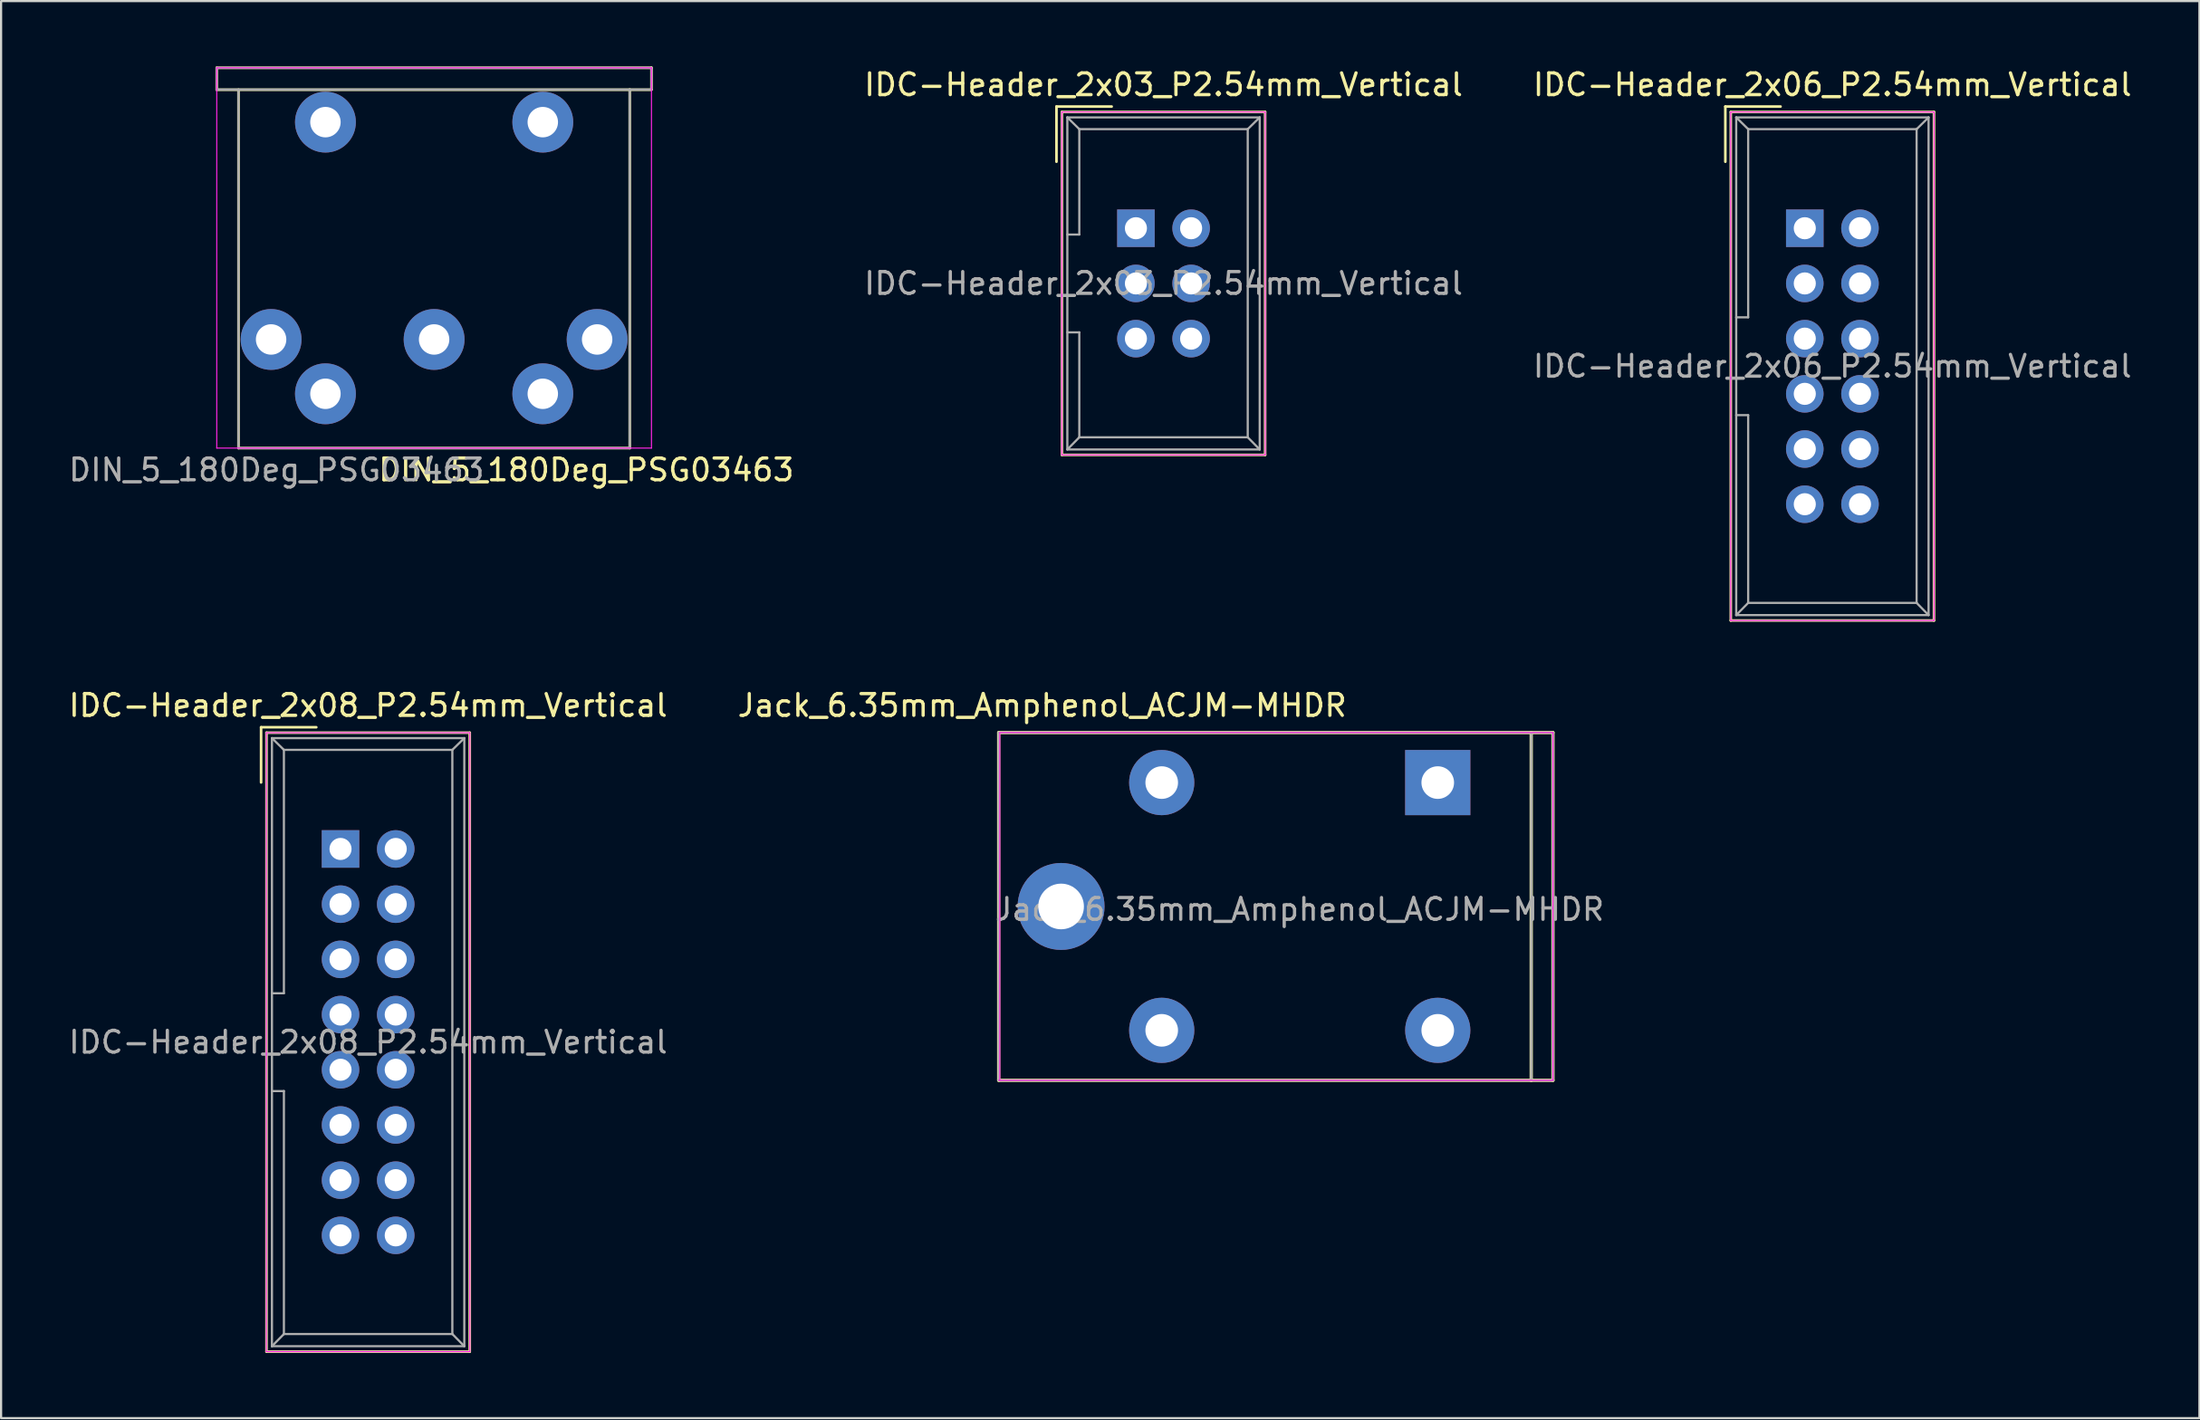
<source format=kicad_pcb>
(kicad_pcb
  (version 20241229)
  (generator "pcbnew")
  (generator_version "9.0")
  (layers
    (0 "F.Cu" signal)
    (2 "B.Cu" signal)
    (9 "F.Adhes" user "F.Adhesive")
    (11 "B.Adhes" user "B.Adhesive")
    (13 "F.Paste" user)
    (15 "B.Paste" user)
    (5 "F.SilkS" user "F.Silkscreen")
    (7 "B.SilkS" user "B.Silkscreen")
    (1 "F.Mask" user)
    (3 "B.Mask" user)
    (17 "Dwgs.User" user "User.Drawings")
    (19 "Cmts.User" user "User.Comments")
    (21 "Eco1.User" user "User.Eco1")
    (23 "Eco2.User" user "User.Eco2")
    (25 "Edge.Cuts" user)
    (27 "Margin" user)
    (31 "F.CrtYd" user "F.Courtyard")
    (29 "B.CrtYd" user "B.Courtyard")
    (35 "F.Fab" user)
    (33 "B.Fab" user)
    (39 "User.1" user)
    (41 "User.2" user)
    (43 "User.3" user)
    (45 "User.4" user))
  (footprint "IDC-Header_2x06_P2.54mm_Vertical"
    (layer "F.Cu")
    (at 79.986 7.452)
    (property "Reference" "IDC-Header_2x06_P2.54mm_Vertical" (at 1.27 -6.604 0) (layer "F.SilkS") (effects (font (size 1 1) (thickness 0.15))))
    (attr through_hole)
    (fp_line (start -3.655 -5.6) (end -3.655 -3.06) (stroke (width 0.12) (type solid)) (layer "F.SilkS"))
    (fp_line (start -3.655 -5.6) (end -1.115 -5.6) (stroke (width 0.12) (type solid)) (layer "F.SilkS"))
    (fp_line (start -3.405 -5.35) (end 5.945 -5.35) (stroke (width 0.12) (type solid)) (layer "F.SilkS"))
    (fp_line (start -3.405 18.05) (end -3.405 -5.35) (stroke (width 0.12) (type solid)) (layer "F.SilkS"))
    (fp_line (start 5.945 -5.35) (end 5.945 18.05) (stroke (width 0.12) (type solid)) (layer "F.SilkS"))
    (fp_line (start 5.945 18.05) (end -3.405 18.05) (stroke (width 0.12) (type solid)) (layer "F.SilkS"))
    (fp_line (start -3.41 -5.35) (end 5.95 -5.35) (stroke (width 0.05) (type solid)) (layer "F.CrtYd"))
    (fp_line (start -3.41 18.05) (end -3.41 -5.35) (stroke (width 0.05) (type solid)) (layer "F.CrtYd"))
    (fp_line (start 5.95 -5.35) (end 5.95 18.05) (stroke (width 0.05) (type solid)) (layer "F.CrtYd"))
    (fp_line (start 5.95 18.05) (end -3.41 18.05) (stroke (width 0.05) (type solid)) (layer "F.CrtYd"))
    (fp_line (start -3.155 -5.1) (end -3.155 17.8) (stroke (width 0.1) (type solid)) (layer "F.Fab"))
    (fp_line (start -3.155 -5.1) (end -2.605 -4.56) (stroke (width 0.1) (type solid)) (layer "F.Fab"))
    (fp_line (start -3.155 17.8) (end -2.605 17.24) (stroke (width 0.1) (type solid)) (layer "F.Fab"))
    (fp_line (start -2.605 -4.56) (end -2.605 4.1) (stroke (width 0.1) (type solid)) (layer "F.Fab"))
    (fp_line (start -2.605 4.1) (end -3.155 4.1) (stroke (width 0.1) (type solid)) (layer "F.Fab"))
    (fp_line (start -2.605 8.6) (end -3.155 8.6) (stroke (width 0.1) (type solid)) (layer "F.Fab"))
    (fp_line (start -2.605 8.6) (end -2.605 17.24) (stroke (width 0.1) (type solid)) (layer "F.Fab"))
    (fp_line (start 5.145 -4.56) (end -2.605 -4.56) (stroke (width 0.1) (type solid)) (layer "F.Fab"))
    (fp_line (start 5.145 -4.56) (end 5.145 17.24) (stroke (width 0.1) (type solid)) (layer "F.Fab"))
    (fp_line (start 5.145 17.24) (end -2.605 17.24) (stroke (width 0.1) (type solid)) (layer "F.Fab"))
    (fp_line (start 5.695 -5.1) (end -3.155 -5.1) (stroke (width 0.1) (type solid)) (layer "F.Fab"))
    (fp_line (start 5.695 -5.1) (end 5.145 -4.56) (stroke (width 0.1) (type solid)) (layer "F.Fab"))
    (fp_line (start 5.695 -5.1) (end 5.695 17.8) (stroke (width 0.1) (type solid)) (layer "F.Fab"))
    (fp_line (start 5.695 17.8) (end -3.155 17.8) (stroke (width 0.1) (type solid)) (layer "F.Fab"))
    (fp_line (start 5.695 17.8) (end 5.145 17.24) (stroke (width 0.1) (type solid)) (layer "F.Fab"))
    (fp_text user "${REFERENCE}" (at 1.27 6.35 0) (layer "F.Fab") (effects (font (size 1 1) (thickness 0.15))))
    (pad "1" thru_hole rect (at 0 0) (size 1.727 1.727) (drill 1.016) (layers "*.Cu" "*.Mask"))
    (pad "2" thru_hole oval (at 2.54 0) (size 1.727 1.727) (drill 1.016) (layers "*.Cu" "*.Mask"))
    (pad "3" thru_hole oval (at 0 2.54) (size 1.727 1.727) (drill 1.016) (layers "*.Cu" "*.Mask"))
    (pad "4" thru_hole oval (at 2.54 2.54) (size 1.727 1.727) (drill 1.016) (layers "*.Cu" "*.Mask"))
    (pad "5" thru_hole oval (at 0 5.08) (size 1.727 1.727) (drill 1.016) (layers "*.Cu" "*.Mask"))
    (pad "6" thru_hole oval (at 2.54 5.08) (size 1.727 1.727) (drill 1.016) (layers "*.Cu" "*.Mask"))
    (pad "7" thru_hole oval (at 0 7.62) (size 1.727 1.727) (drill 1.016) (layers "*.Cu" "*.Mask"))
    (pad "8" thru_hole oval (at 2.54 7.62) (size 1.727 1.727) (drill 1.016) (layers "*.Cu" "*.Mask"))
    (pad "9" thru_hole oval (at 0 10.16) (size 1.727 1.727) (drill 1.016) (layers "*.Cu" "*.Mask"))
    (pad "10" thru_hole oval (at 2.54 10.16) (size 1.727 1.727) (drill 1.016) (layers "*.Cu" "*.Mask"))
    (pad "11" thru_hole oval (at 0 12.7) (size 1.727 1.727) (drill 1.016) (layers "*.Cu" "*.Mask"))
    (pad "12" thru_hole oval (at 2.54 12.7) (size 1.727 1.727) (drill 1.016) (layers "*.Cu" "*.Mask")))
  (footprint "IDC-Header_2x08_P2.54mm_Vertical"
    (layer "F.Cu")
    (at 12.617 36.014)
    (property "Reference" "IDC-Header_2x08_P2.54mm_Vertical" (at 1.27 -6.604 0) (layer "F.SilkS") (effects (font (size 1 1) (thickness 0.15))))
    (attr through_hole)
    (fp_line (start -3.655 -5.6) (end -3.655 -3.06) (stroke (width 0.12) (type solid)) (layer "F.SilkS"))
    (fp_line (start -3.655 -5.6) (end -1.115 -5.6) (stroke (width 0.12) (type solid)) (layer "F.SilkS"))
    (fp_line (start -3.405 -5.35) (end 5.945 -5.35) (stroke (width 0.12) (type solid)) (layer "F.SilkS"))
    (fp_line (start -3.405 23.13) (end -3.405 -5.35) (stroke (width 0.12) (type solid)) (layer "F.SilkS"))
    (fp_line (start 5.945 -5.35) (end 5.945 23.13) (stroke (width 0.12) (type solid)) (layer "F.SilkS"))
    (fp_line (start 5.945 23.13) (end -3.405 23.13) (stroke (width 0.12) (type solid)) (layer "F.SilkS"))
    (fp_line (start -3.41 -5.35) (end 5.95 -5.35) (stroke (width 0.05) (type solid)) (layer "F.CrtYd"))
    (fp_line (start -3.41 23.13) (end -3.41 -5.35) (stroke (width 0.05) (type solid)) (layer "F.CrtYd"))
    (fp_line (start 5.95 -5.35) (end 5.95 23.13) (stroke (width 0.05) (type solid)) (layer "F.CrtYd"))
    (fp_line (start 5.95 23.13) (end -3.41 23.13) (stroke (width 0.05) (type solid)) (layer "F.CrtYd"))
    (fp_line (start -3.155 -5.1) (end -3.155 22.88) (stroke (width 0.1) (type solid)) (layer "F.Fab"))
    (fp_line (start -3.155 -5.1) (end -2.605 -4.56) (stroke (width 0.1) (type solid)) (layer "F.Fab"))
    (fp_line (start -3.155 22.88) (end -2.605 22.32) (stroke (width 0.1) (type solid)) (layer "F.Fab"))
    (fp_line (start -2.605 -4.56) (end -2.605 6.64) (stroke (width 0.1) (type solid)) (layer "F.Fab"))
    (fp_line (start -2.605 6.64) (end -3.155 6.64) (stroke (width 0.1) (type solid)) (layer "F.Fab"))
    (fp_line (start -2.605 11.14) (end -3.155 11.14) (stroke (width 0.1) (type solid)) (layer "F.Fab"))
    (fp_line (start -2.605 11.14) (end -2.605 22.32) (stroke (width 0.1) (type solid)) (layer "F.Fab"))
    (fp_line (start 5.145 -4.56) (end -2.605 -4.56) (stroke (width 0.1) (type solid)) (layer "F.Fab"))
    (fp_line (start 5.145 -4.56) (end 5.145 22.32) (stroke (width 0.1) (type solid)) (layer "F.Fab"))
    (fp_line (start 5.145 22.32) (end -2.605 22.32) (stroke (width 0.1) (type solid)) (layer "F.Fab"))
    (fp_line (start 5.695 -5.1) (end -3.155 -5.1) (stroke (width 0.1) (type solid)) (layer "F.Fab"))
    (fp_line (start 5.695 -5.1) (end 5.145 -4.56) (stroke (width 0.1) (type solid)) (layer "F.Fab"))
    (fp_line (start 5.695 -5.1) (end 5.695 22.88) (stroke (width 0.1) (type solid)) (layer "F.Fab"))
    (fp_line (start 5.695 22.88) (end -3.155 22.88) (stroke (width 0.1) (type solid)) (layer "F.Fab"))
    (fp_line (start 5.695 22.88) (end 5.145 22.32) (stroke (width 0.1) (type solid)) (layer "F.Fab"))
    (fp_text user "${REFERENCE}" (at 1.27 8.89 0) (layer "F.Fab") (effects (font (size 1 1) (thickness 0.15))))
    (pad "1" thru_hole rect (at 0 0) (size 1.727 1.727) (drill 1.016) (layers "*.Cu" "*.Mask"))
    (pad "2" thru_hole oval (at 2.54 0) (size 1.727 1.727) (drill 1.016) (layers "*.Cu" "*.Mask"))
    (pad "3" thru_hole oval (at 0 2.54) (size 1.727 1.727) (drill 1.016) (layers "*.Cu" "*.Mask"))
    (pad "4" thru_hole oval (at 2.54 2.54) (size 1.727 1.727) (drill 1.016) (layers "*.Cu" "*.Mask"))
    (pad "5" thru_hole oval (at 0 5.08) (size 1.727 1.727) (drill 1.016) (layers "*.Cu" "*.Mask"))
    (pad "6" thru_hole oval (at 2.54 5.08) (size 1.727 1.727) (drill 1.016) (layers "*.Cu" "*.Mask"))
    (pad "7" thru_hole oval (at 0 7.62) (size 1.727 1.727) (drill 1.016) (layers "*.Cu" "*.Mask"))
    (pad "8" thru_hole oval (at 2.54 7.62) (size 1.727 1.727) (drill 1.016) (layers "*.Cu" "*.Mask"))
    (pad "9" thru_hole oval (at 0 10.16) (size 1.727 1.727) (drill 1.016) (layers "*.Cu" "*.Mask"))
    (pad "10" thru_hole oval (at 2.54 10.16) (size 1.727 1.727) (drill 1.016) (layers "*.Cu" "*.Mask"))
    (pad "11" thru_hole oval (at 0 12.7) (size 1.727 1.727) (drill 1.016) (layers "*.Cu" "*.Mask"))
    (pad "12" thru_hole oval (at 2.54 12.7) (size 1.727 1.727) (drill 1.016) (layers "*.Cu" "*.Mask"))
    (pad "13" thru_hole oval (at 0 15.24) (size 1.727 1.727) (drill 1.016) (layers "*.Cu" "*.Mask"))
    (pad "14" thru_hole oval (at 2.54 15.24) (size 1.727 1.727) (drill 1.016) (layers "*.Cu" "*.Mask"))
    (pad "15" thru_hole oval (at 0 17.78) (size 1.727 1.727) (drill 1.016) (layers "*.Cu" "*.Mask"))
    (pad "16" thru_hole oval (at 2.54 17.78) (size 1.727 1.727) (drill 1.016) (layers "*.Cu" "*.Mask")))
  (footprint "IDC-Header_2x03_P2.54mm_Vertical"
    (layer "F.Cu")
    (at 49.212 7.452)
    (property "Reference" "IDC-Header_2x03_P2.54mm_Vertical" (at 1.27 -6.604 0) (layer "F.SilkS") (effects (font (size 1 1) (thickness 0.15))))
    (attr through_hole)
    (fp_line (start -3.655 -5.6) (end -3.655 -3.06) (stroke (width 0.12) (type solid)) (layer "F.SilkS"))
    (fp_line (start -3.655 -5.6) (end -1.115 -5.6) (stroke (width 0.12) (type solid)) (layer "F.SilkS"))
    (fp_line (start -3.405 -5.35) (end 5.945 -5.35) (stroke (width 0.12) (type solid)) (layer "F.SilkS"))
    (fp_line (start -3.405 10.43) (end -3.405 -5.35) (stroke (width 0.12) (type solid)) (layer "F.SilkS"))
    (fp_line (start 5.945 -5.35) (end 5.945 10.43) (stroke (width 0.12) (type solid)) (layer "F.SilkS"))
    (fp_line (start 5.945 10.43) (end -3.405 10.43) (stroke (width 0.12) (type solid)) (layer "F.SilkS"))
    (fp_line (start -3.41 -5.35) (end 5.95 -5.35) (stroke (width 0.05) (type solid)) (layer "F.CrtYd"))
    (fp_line (start -3.41 10.43) (end -3.41 -5.35) (stroke (width 0.05) (type solid)) (layer "F.CrtYd"))
    (fp_line (start 5.95 -5.35) (end 5.95 10.43) (stroke (width 0.05) (type solid)) (layer "F.CrtYd"))
    (fp_line (start 5.95 10.43) (end -3.41 10.43) (stroke (width 0.05) (type solid)) (layer "F.CrtYd"))
    (fp_line (start -3.155 -5.1) (end -3.155 10.18) (stroke (width 0.1) (type solid)) (layer "F.Fab"))
    (fp_line (start -3.155 -5.1) (end -2.605 -4.56) (stroke (width 0.1) (type solid)) (layer "F.Fab"))
    (fp_line (start -3.155 10.18) (end -2.605 9.62) (stroke (width 0.1) (type solid)) (layer "F.Fab"))
    (fp_line (start -2.605 -4.56) (end -2.605 0.29) (stroke (width 0.1) (type solid)) (layer "F.Fab"))
    (fp_line (start -2.605 0.29) (end -3.155 0.29) (stroke (width 0.1) (type solid)) (layer "F.Fab"))
    (fp_line (start -2.605 4.79) (end -3.155 4.79) (stroke (width 0.1) (type solid)) (layer "F.Fab"))
    (fp_line (start -2.605 4.79) (end -2.605 9.62) (stroke (width 0.1) (type solid)) (layer "F.Fab"))
    (fp_line (start 5.145 -4.56) (end -2.605 -4.56) (stroke (width 0.1) (type solid)) (layer "F.Fab"))
    (fp_line (start 5.145 -4.56) (end 5.145 9.62) (stroke (width 0.1) (type solid)) (layer "F.Fab"))
    (fp_line (start 5.145 9.62) (end -2.605 9.62) (stroke (width 0.1) (type solid)) (layer "F.Fab"))
    (fp_line (start 5.695 -5.1) (end -3.155 -5.1) (stroke (width 0.1) (type solid)) (layer "F.Fab"))
    (fp_line (start 5.695 -5.1) (end 5.145 -4.56) (stroke (width 0.1) (type solid)) (layer "F.Fab"))
    (fp_line (start 5.695 -5.1) (end 5.695 10.18) (stroke (width 0.1) (type solid)) (layer "F.Fab"))
    (fp_line (start 5.695 10.18) (end -3.155 10.18) (stroke (width 0.1) (type solid)) (layer "F.Fab"))
    (fp_line (start 5.695 10.18) (end 5.145 9.62) (stroke (width 0.1) (type solid)) (layer "F.Fab"))
    (fp_text user "${REFERENCE}" (at 1.27 2.54 0) (layer "F.Fab") (effects (font (size 1 1) (thickness 0.15))))
    (pad "1" thru_hole rect (at 0 0) (size 1.727 1.727) (drill 1.016) (layers "*.Cu" "*.Mask"))
    (pad "2" thru_hole oval (at 2.54 0) (size 1.727 1.727) (drill 1.016) (layers "*.Cu" "*.Mask"))
    (pad "3" thru_hole oval (at 0 2.54) (size 1.727 1.727) (drill 1.016) (layers "*.Cu" "*.Mask"))
    (pad "4" thru_hole oval (at 2.54 2.54) (size 1.727 1.727) (drill 1.016) (layers "*.Cu" "*.Mask"))
    (pad "5" thru_hole oval (at 0 5.08) (size 1.727 1.727) (drill 1.016) (layers "*.Cu" "*.Mask"))
    (pad "6" thru_hole oval (at 2.54 5.08) (size 1.727 1.727) (drill 1.016) (layers "*.Cu" "*.Mask")))
  (footprint "DIN_5_180Deg_PSG03463"
    (layer "F.Cu")
    (at 16.923 12.57)
    (property "Reference" "DIN_5_180Deg_PSG03463" (at 7 6 0) (layer "F.SilkS") (effects (font (size 1 1) (thickness 0.15))))
    (attr through_hole)
    (fp_line (start -10 -12.5) (end 10 -12.5) (stroke (width 0.12) (type solid)) (layer "F.SilkS"))
    (fp_line (start -10 -11.49) (end -10 -12.5) (stroke (width 0.12) (type solid)) (layer "F.SilkS"))
    (fp_line (start -10 -11.49) (end 10 -11.49) (stroke (width 0.12) (type solid)) (layer "F.SilkS"))
    (fp_line (start -9 5) (end -9 -11.49) (stroke (width 0.12) (type solid)) (layer "F.SilkS"))
    (fp_line (start 9 -11.5) (end 9 5) (stroke (width 0.12) (type solid)) (layer "F.SilkS"))
    (fp_line (start 9 5) (end -9 5) (stroke (width 0.12) (type solid)) (layer "F.SilkS"))
    (fp_line (start 10 -12.51) (end 10 -11.5) (stroke (width 0.12) (type solid)) (layer "F.SilkS"))
    (fp_line (start -10 5) (end -10 -12.5) (stroke (width 0.05) (type solid)) (layer "F.CrtYd"))
    (fp_line (start -10 5) (end 10 5) (stroke (width 0.05) (type solid)) (layer "F.CrtYd"))
    (fp_line (start 10 -12.5) (end -10 -12.5) (stroke (width 0.05) (type solid)) (layer "F.CrtYd"))
    (fp_line (start 10 -12.5) (end 10 5) (stroke (width 0.05) (type solid)) (layer "F.CrtYd"))
    (fp_line (start -10 -12.5) (end -10 -11.5) (stroke (width 0.1) (type solid)) (layer "F.Fab"))
    (fp_line (start -10 -12.5) (end 10 -12.5) (stroke (width 0.1) (type solid)) (layer "F.Fab"))
    (fp_line (start -9 5) (end -9 -11.5) (stroke (width 0.1) (type solid)) (layer "F.Fab"))
    (fp_line (start 9 -11.5) (end 9 5) (stroke (width 0.1) (type solid)) (layer "F.Fab"))
    (fp_line (start 9 5) (end -9 5) (stroke (width 0.1) (type solid)) (layer "F.Fab"))
    (fp_line (start 10 -11.5) (end -10 -11.5) (stroke (width 0.1) (type solid)) (layer "F.Fab"))
    (fp_line (start 10 -11.5) (end 10 -12.5) (stroke (width 0.1) (type solid)) (layer "F.Fab"))
    (fp_text user "${REFERENCE}" (at -7.25 6 0) (layer "F.Fab") (effects (font (size 1 1) (thickness 0.15))))
    (pad "1" thru_hole circle (at 7.5 0 90) (size 2.8 2.8) (drill 1.4) (layers "*.Cu" "*.Mask"))
    (pad "2" thru_hole circle (at 0 0 90) (size 2.8 2.8) (drill 1.4) (layers "*.Cu" "*.Mask"))
    (pad "3" thru_hole circle (at -7.5 0 90) (size 2.8 2.8) (drill 1.4) (layers "*.Cu" "*.Mask"))
    (pad "4" thru_hole circle (at 5 2.5 90) (size 2.8 2.8) (drill 1.4) (layers "*.Cu" "*.Mask"))
    (pad "5" thru_hole circle (at -5 2.5 90) (size 2.8 2.8) (drill 1.4) (layers "*.Cu" "*.Mask"))
    (pad "S" thru_hole circle (at -5 -10 90) (size 2.8 2.8) (drill 1.4) (layers "*.Cu" "*.Mask"))
    (pad "S" thru_hole circle (at 5 -10 90) (size 2.8 2.8) (drill 1.4) (layers "*.Cu" "*.Mask")))
  (footprint "Jack_6.35mm_Amphenol_ACJM-MHDR"
    (layer "F.Cu")
    (at 50.399 38.66)
    (property "Reference" "Jack_6.35mm_Amphenol_ACJM-MHDR" (at -5.5 -9.25 0) (layer "F.SilkS") (effects (font (size 1 1) (thickness 0.15))))
    (attr through_hole)
    (fp_line (start -7.5 -8) (end -7.5 8) (stroke (width 0.15) (type solid)) (layer "F.SilkS"))
    (fp_line (start -7.5 8) (end 17 8) (stroke (width 0.15) (type solid)) (layer "F.SilkS"))
    (fp_line (start 17 -8) (end -7.5 -8) (stroke (width 0.15) (type solid)) (layer "F.SilkS"))
    (fp_line (start 17 -8) (end 18 -8) (stroke (width 0.15) (type solid)) (layer "F.SilkS"))
    (fp_line (start 17 8) (end 17 -8) (stroke (width 0.15) (type solid)) (layer "F.SilkS"))
    (fp_line (start 18 -8) (end 18 8) (stroke (width 0.15) (type solid)) (layer "F.SilkS"))
    (fp_line (start 18 8) (end 17 8) (stroke (width 0.15) (type solid)) (layer "F.SilkS"))
    (fp_line (start -7.5 8) (end 18 8) (stroke (width 0.05) (type solid)) (layer "F.CrtYd"))
    (fp_line (start -7.45 -8) (end -7.45 8) (stroke (width 0.05) (type solid)) (layer "F.CrtYd"))
    (fp_line (start 18 -8) (end -7.45 -8) (stroke (width 0.05) (type solid)) (layer "F.CrtYd"))
    (fp_line (start 18 -8) (end 18 8) (stroke (width 0.05) (type solid)) (layer "F.CrtYd"))
    (fp_line (start -7.5 -8) (end 18 -8) (stroke (width 0.1) (type solid)) (layer "F.Fab"))
    (fp_line (start -7.5 8) (end -7.5 -8) (stroke (width 0.1) (type solid)) (layer "F.Fab"))
    (fp_line (start 17 -8) (end 17 8) (stroke (width 0.1) (type solid)) (layer "F.Fab"))
    (fp_line (start 18 -8) (end 18 8) (stroke (width 0.1) (type solid)) (layer "F.Fab"))
    (fp_line (start 18 8) (end -7.5 8) (stroke (width 0.1) (type solid)) (layer "F.Fab"))
    (fp_text user "${REFERENCE}" (at 6.35 0.135 0) (layer "F.Fab") (effects (font (size 1 1) (thickness 0.15))))
    (pad "" thru_hole circle (at -4.63 0) (size 4 4) (drill 2.1) (layers "*.Cu" "*.Mask"))
    (pad "S" thru_hole rect (at 12.7 -5.7) (size 3 3) (drill 1.5) (layers "*.Cu" "*.Mask"))
    (pad "SN" thru_hole circle (at 12.7 5.7) (size 3 3) (drill 1.5) (layers "*.Cu" "*.Mask"))
    (pad "T" thru_hole circle (at 0 -5.7) (size 3 3) (drill 1.5) (layers "*.Cu" "*.Mask"))
    (pad "TN" thru_hole circle (at 0 5.7) (size 3 3) (drill 1.5) (layers "*.Cu" "*.Mask")))
  (gr_rect
    (start -3 -3)
    (end 98.143 62.205)
    (stroke (width 0.1) (type default))
    (fill no)
    (layer "Edge.Cuts")))
</source>
